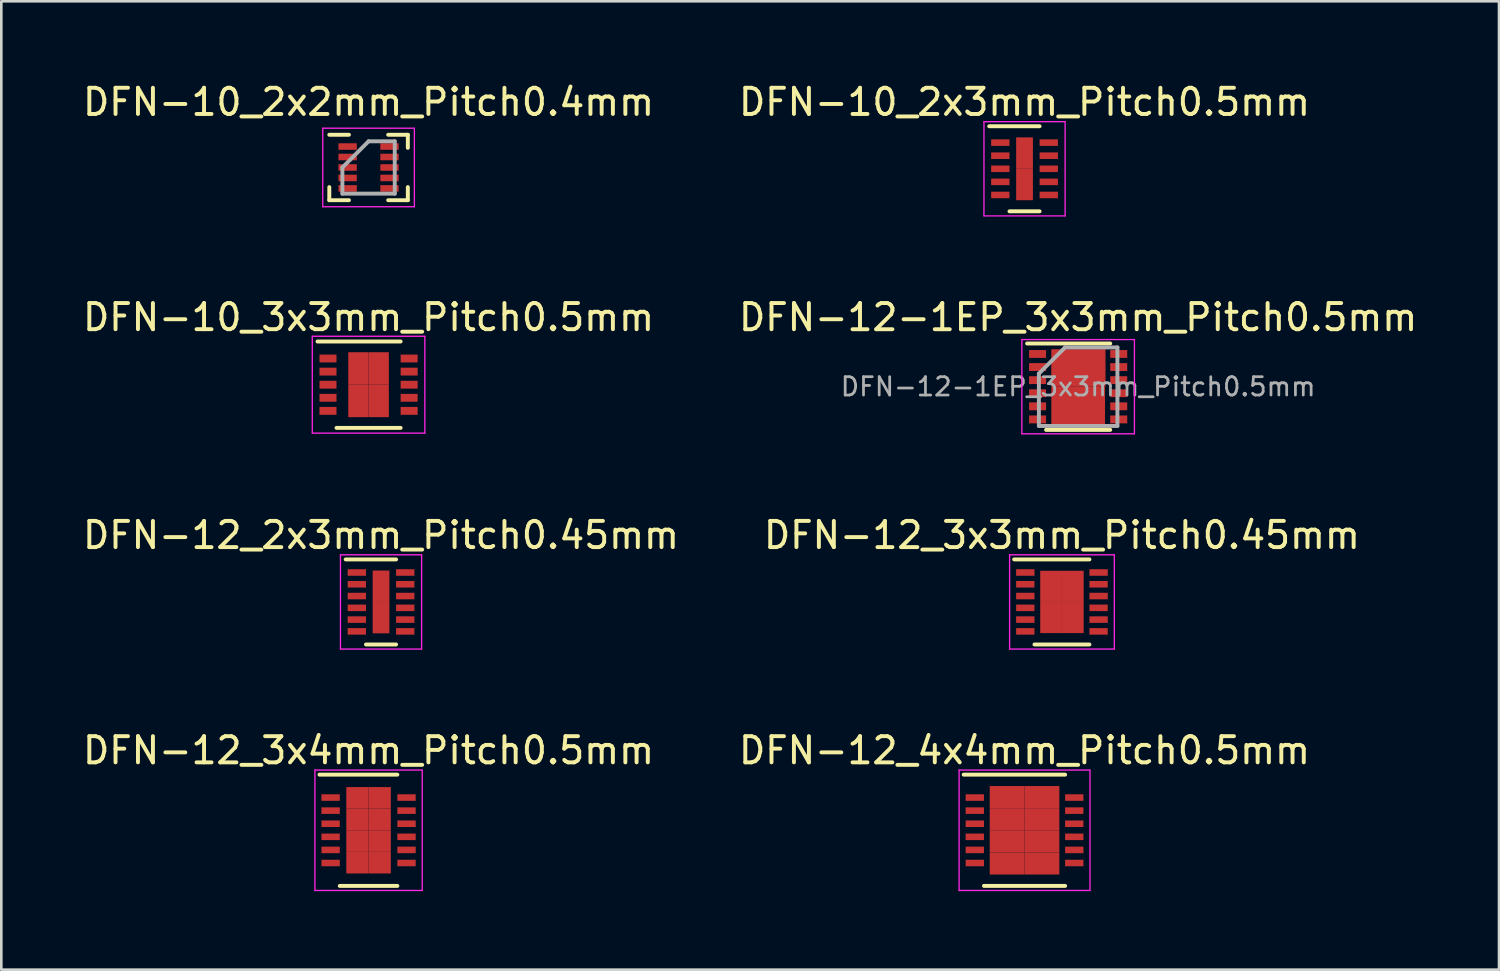
<source format=kicad_pcb>
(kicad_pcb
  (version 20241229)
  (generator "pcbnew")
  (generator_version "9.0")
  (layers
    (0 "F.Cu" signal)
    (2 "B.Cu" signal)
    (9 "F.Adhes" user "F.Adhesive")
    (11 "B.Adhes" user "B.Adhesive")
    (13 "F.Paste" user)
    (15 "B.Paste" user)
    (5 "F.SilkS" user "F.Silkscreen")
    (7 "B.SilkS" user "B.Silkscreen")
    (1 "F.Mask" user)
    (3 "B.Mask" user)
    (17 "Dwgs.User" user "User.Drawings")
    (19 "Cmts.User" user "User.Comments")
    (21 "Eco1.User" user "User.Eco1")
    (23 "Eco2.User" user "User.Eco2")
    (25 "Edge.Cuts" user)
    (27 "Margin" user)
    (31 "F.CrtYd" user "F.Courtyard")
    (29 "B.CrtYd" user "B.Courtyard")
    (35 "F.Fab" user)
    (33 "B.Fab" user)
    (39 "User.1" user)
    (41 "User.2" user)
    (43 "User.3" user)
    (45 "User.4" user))
  (footprint "DFN-10_2x3mm_Pitch0.5mm"
    (layer "F.Cu")
    (at 36.089 3.398)
    (property "Reference" "DFN-10_2x3mm_Pitch0.5mm" (at 0 -2.55 0) (layer "F.SilkS") (effects (font (size 1 1) (thickness 0.15))))
    (attr smd)
    (fp_line (start -1.35 -1.625) (end 0.575 -1.625) (stroke (width 0.15) (type solid)) (layer "F.SilkS"))
    (fp_line (start -0.575 1.625) (end 0.575 1.625) (stroke (width 0.15) (type solid)) (layer "F.SilkS"))
    (fp_line (start -1.55 -1.8) (end -1.55 1.8) (stroke (width 0.05) (type solid)) (layer "F.CrtYd"))
    (fp_line (start -1.55 -1.8) (end 1.55 -1.8) (stroke (width 0.05) (type solid)) (layer "F.CrtYd"))
    (fp_line (start -1.55 1.8) (end 1.55 1.8) (stroke (width 0.05) (type solid)) (layer "F.CrtYd"))
    (fp_line (start 1.55 -1.8) (end 1.55 1.8) (stroke (width 0.05) (type solid)) (layer "F.CrtYd"))
    (pad "1" smd rect (at -0.925 -1) (size 0.7 0.25) (layers "F.Cu" "F.Mask" "F.Paste"))
    (pad "2" smd rect (at -0.925 -0.5) (size 0.7 0.25) (layers "F.Cu" "F.Mask" "F.Paste"))
    (pad "3" smd rect (at -0.925 0) (size 0.7 0.25) (layers "F.Cu" "F.Mask" "F.Paste"))
    (pad "4" smd rect (at -0.925 0.5) (size 0.7 0.25) (layers "F.Cu" "F.Mask" "F.Paste"))
    (pad "5" smd rect (at -0.925 1) (size 0.7 0.25) (layers "F.Cu" "F.Mask" "F.Paste"))
    (pad "6" smd rect (at 0.925 1) (size 0.7 0.25) (layers "F.Cu" "F.Mask" "F.Paste"))
    (pad "7" smd rect (at 0.925 0.5) (size 0.7 0.25) (layers "F.Cu" "F.Mask" "F.Paste"))
    (pad "8" smd rect (at 0.925 0) (size 0.7 0.25) (layers "F.Cu" "F.Mask" "F.Paste"))
    (pad "9" smd rect (at 0.925 -0.5) (size 0.7 0.25) (layers "F.Cu" "F.Mask" "F.Paste"))
    (pad "10" smd rect (at 0.925 -1) (size 0.7 0.25) (layers "F.Cu" "F.Mask" "F.Paste"))
    (pad "11" smd rect (at 0 -0.6) (size 0.64 1.2) (layers "F.Cu" "F.Mask" "F.Paste"))
    (pad "11" smd rect (at 0 0.6) (size 0.64 1.2) (layers "F.Cu" "F.Mask" "F.Paste")))
  (footprint "DFN-12-1EP_3x3mm_Pitch0.5mm"
    (layer "F.Cu")
    (at 38.137 11.722)
    (property "Reference" "DFN-12-1EP_3x3mm_Pitch0.5mm" (at 0 -2.65 0) (layer "F.SilkS") (effects (font (size 1 1) (thickness 0.15))))
    (attr smd)
    (fp_line (start -1.95 -1.65) (end 1.225 -1.65) (stroke (width 0.15) (type solid)) (layer "F.SilkS"))
    (fp_line (start -1.225 1.65) (end 1.225 1.65) (stroke (width 0.15) (type solid)) (layer "F.SilkS"))
    (fp_line (start -2.15 -1.8) (end -2.15 1.8) (stroke (width 0.05) (type solid)) (layer "F.CrtYd"))
    (fp_line (start -2.15 -1.8) (end 2.15 -1.8) (stroke (width 0.05) (type solid)) (layer "F.CrtYd"))
    (fp_line (start -2.15 1.8) (end 2.15 1.8) (stroke (width 0.05) (type solid)) (layer "F.CrtYd"))
    (fp_line (start 2.15 -1.8) (end 2.15 1.8) (stroke (width 0.05) (type solid)) (layer "F.CrtYd"))
    (fp_line (start -1.5 -0.5) (end -0.5 -1.5) (stroke (width 0.15) (type solid)) (layer "F.Fab"))
    (fp_line (start -1.5 1.5) (end -1.5 -0.5) (stroke (width 0.15) (type solid)) (layer "F.Fab"))
    (fp_line (start -0.5 -1.5) (end 1.5 -1.5) (stroke (width 0.15) (type solid)) (layer "F.Fab"))
    (fp_line (start 1.5 -1.5) (end 1.5 1.5) (stroke (width 0.15) (type solid)) (layer "F.Fab"))
    (fp_line (start 1.5 1.5) (end -1.5 1.5) (stroke (width 0.15) (type solid)) (layer "F.Fab"))
    (fp_text user "${REFERENCE}" (at 0 0 0) (layer "F.Fab") (effects (font (size 0.7 0.7) (thickness 0.105))))
    (pad "1" smd rect (at -1.55 -1.25) (size 0.65 0.3) (layers "F.Cu" "F.Mask" "F.Paste"))
    (pad "2" smd rect (at -1.55 -0.75) (size 0.65 0.3) (layers "F.Cu" "F.Mask" "F.Paste"))
    (pad "3" smd rect (at -1.55 -0.25) (size 0.65 0.3) (layers "F.Cu" "F.Mask" "F.Paste"))
    (pad "4" smd rect (at -1.55 0.25) (size 0.65 0.3) (layers "F.Cu" "F.Mask" "F.Paste"))
    (pad "5" smd rect (at -1.55 0.75) (size 0.65 0.3) (layers "F.Cu" "F.Mask" "F.Paste"))
    (pad "6" smd rect (at -1.55 1.25) (size 0.65 0.3) (layers "F.Cu" "F.Mask" "F.Paste"))
    (pad "7" smd rect (at 1.55 1.25) (size 0.65 0.3) (layers "F.Cu" "F.Mask" "F.Paste"))
    (pad "8" smd rect (at 1.55 0.75) (size 0.65 0.3) (layers "F.Cu" "F.Mask" "F.Paste"))
    (pad "9" smd rect (at 1.55 0.25) (size 0.65 0.3) (layers "F.Cu" "F.Mask" "F.Paste"))
    (pad "10" smd rect (at 1.55 -0.25) (size 0.65 0.3) (layers "F.Cu" "F.Mask" "F.Paste"))
    (pad "11" smd rect (at 1.55 -0.75) (size 0.65 0.3) (layers "F.Cu" "F.Mask" "F.Paste"))
    (pad "12" smd rect (at 1.55 -1.25) (size 0.65 0.3) (layers "F.Cu" "F.Mask" "F.Paste"))
    (pad "13" smd rect (at -0.502 -0.715) (size 1.05 1.43) (layers "F.Cu" "F.Mask" "F.Paste"))
    (pad "13" smd rect (at -0.5 0.715) (size 1.05 1.43) (layers "F.Cu" "F.Mask" "F.Paste"))
    (pad "13" smd rect (at 0.502 0.715) (size 1.05 1.43) (layers "F.Cu" "F.Mask" "F.Paste"))
    (pad "13" smd rect (at 0.52 -0.715) (size 1.05 1.43) (layers "F.Cu" "F.Mask" "F.Paste")))
  (footprint "DFN-10_3x3mm_Pitch0.5mm"
    (layer "F.Cu")
    (at 11.03 11.646)
    (property "Reference" "DFN-10_3x3mm_Pitch0.5mm" (at 0 -2.575 0) (layer "F.SilkS") (effects (font (size 1 1) (thickness 0.15))))
    (attr smd)
    (fp_line (start -1.95 -1.65) (end 1.225 -1.65) (stroke (width 0.15) (type solid)) (layer "F.SilkS"))
    (fp_line (start -1.225 1.65) (end 1.225 1.65) (stroke (width 0.15) (type solid)) (layer "F.SilkS"))
    (fp_line (start -2.15 -1.85) (end -2.15 1.85) (stroke (width 0.05) (type solid)) (layer "F.CrtYd"))
    (fp_line (start -2.15 -1.85) (end 2.15 -1.85) (stroke (width 0.05) (type solid)) (layer "F.CrtYd"))
    (fp_line (start -2.15 1.85) (end 2.15 1.85) (stroke (width 0.05) (type solid)) (layer "F.CrtYd"))
    (fp_line (start 2.15 -1.85) (end 2.15 1.85) (stroke (width 0.05) (type solid)) (layer "F.CrtYd"))
    (pad "1" smd rect (at -1.55 -1) (size 0.65 0.3) (layers "F.Cu" "F.Mask" "F.Paste"))
    (pad "2" smd rect (at -1.55 -0.5) (size 0.65 0.3) (layers "F.Cu" "F.Mask" "F.Paste"))
    (pad "3" smd rect (at -1.55 0) (size 0.65 0.3) (layers "F.Cu" "F.Mask" "F.Paste"))
    (pad "4" smd rect (at -1.55 0.5) (size 0.65 0.3) (layers "F.Cu" "F.Mask" "F.Paste"))
    (pad "5" smd rect (at -1.55 1) (size 0.65 0.3) (layers "F.Cu" "F.Mask" "F.Paste"))
    (pad "6" smd rect (at 1.55 1) (size 0.65 0.3) (layers "F.Cu" "F.Mask" "F.Paste"))
    (pad "7" smd rect (at 1.55 0.5) (size 0.65 0.3) (layers "F.Cu" "F.Mask" "F.Paste"))
    (pad "8" smd rect (at 1.55 0) (size 0.65 0.3) (layers "F.Cu" "F.Mask" "F.Paste"))
    (pad "9" smd rect (at 1.55 -0.5) (size 0.65 0.3) (layers "F.Cu" "F.Mask" "F.Paste"))
    (pad "10" smd rect (at 1.55 -1) (size 0.65 0.3) (layers "F.Cu" "F.Mask" "F.Paste"))
    (pad "11" smd rect (at -0.388 -0.62) (size 0.775 1.24) (layers "F.Cu" "F.Mask" "F.Paste"))
    (pad "11" smd rect (at -0.388 0.62) (size 0.775 1.24) (layers "F.Cu" "F.Mask" "F.Paste"))
    (pad "11" smd rect (at 0.388 -0.62) (size 0.775 1.24) (layers "F.Cu" "F.Mask" "F.Paste"))
    (pad "11" smd rect (at 0.388 0.62) (size 0.775 1.24) (layers "F.Cu" "F.Mask" "F.Paste")))
  (footprint "DFN-12_3x4mm_Pitch0.5mm"
    (layer "F.Cu")
    (at 11.03 28.668)
    (property "Reference" "DFN-12_3x4mm_Pitch0.5mm" (at 0 -3.05 0) (layer "F.SilkS") (effects (font (size 1 1) (thickness 0.15))))
    (attr smd)
    (fp_line (start -1.875 -2.125) (end 1.1 -2.125) (stroke (width 0.15) (type solid)) (layer "F.SilkS"))
    (fp_line (start -1.1 2.125) (end 1.1 2.125) (stroke (width 0.15) (type solid)) (layer "F.SilkS"))
    (fp_line (start -2.05 -2.3) (end -2.05 2.3) (stroke (width 0.05) (type solid)) (layer "F.CrtYd"))
    (fp_line (start -2.05 -2.3) (end 2.05 -2.3) (stroke (width 0.05) (type solid)) (layer "F.CrtYd"))
    (fp_line (start -2.05 2.3) (end 2.05 2.3) (stroke (width 0.05) (type solid)) (layer "F.CrtYd"))
    (fp_line (start 2.05 -2.3) (end 2.05 2.3) (stroke (width 0.05) (type solid)) (layer "F.CrtYd"))
    (pad "1" smd rect (at -1.45 -1.25) (size 0.7 0.25) (layers "F.Cu" "F.Mask" "F.Paste"))
    (pad "2" smd rect (at -1.45 -0.75) (size 0.7 0.25) (layers "F.Cu" "F.Mask" "F.Paste"))
    (pad "3" smd rect (at -1.45 -0.25) (size 0.7 0.25) (layers "F.Cu" "F.Mask" "F.Paste"))
    (pad "4" smd rect (at -1.45 0.25) (size 0.7 0.25) (layers "F.Cu" "F.Mask" "F.Paste"))
    (pad "5" smd rect (at -1.45 0.75) (size 0.7 0.25) (layers "F.Cu" "F.Mask" "F.Paste"))
    (pad "6" smd rect (at -1.45 1.25) (size 0.7 0.25) (layers "F.Cu" "F.Mask" "F.Paste"))
    (pad "7" smd rect (at 1.45 1.25) (size 0.7 0.25) (layers "F.Cu" "F.Mask" "F.Paste"))
    (pad "8" smd rect (at 1.45 0.75) (size 0.7 0.25) (layers "F.Cu" "F.Mask" "F.Paste"))
    (pad "9" smd rect (at 1.45 0.25) (size 0.7 0.25) (layers "F.Cu" "F.Mask" "F.Paste"))
    (pad "10" smd rect (at 1.45 -0.25) (size 0.7 0.25) (layers "F.Cu" "F.Mask" "F.Paste"))
    (pad "11" smd rect (at 1.45 -0.75) (size 0.7 0.25) (layers "F.Cu" "F.Mask" "F.Paste"))
    (pad "12" smd rect (at 1.45 -1.25) (size 0.7 0.25) (layers "F.Cu" "F.Mask" "F.Paste"))
    (pad "13" smd rect (at -0.425 -1.238) (size 0.85 0.825) (layers "F.Cu" "F.Mask" "F.Paste"))
    (pad "13" smd rect (at -0.425 -0.412) (size 0.85 0.825) (layers "F.Cu" "F.Mask" "F.Paste"))
    (pad "13" smd rect (at -0.425 0.412) (size 0.85 0.825) (layers "F.Cu" "F.Mask" "F.Paste"))
    (pad "13" smd rect (at -0.425 1.238) (size 0.85 0.825) (layers "F.Cu" "F.Mask" "F.Paste"))
    (pad "13" smd rect (at 0.425 -1.238) (size 0.85 0.825) (layers "F.Cu" "F.Mask" "F.Paste"))
    (pad "13" smd rect (at 0.425 -0.412) (size 0.85 0.825) (layers "F.Cu" "F.Mask" "F.Paste"))
    (pad "13" smd rect (at 0.425 0.412) (size 0.85 0.825) (layers "F.Cu" "F.Mask" "F.Paste"))
    (pad "13" smd rect (at 0.425 1.238) (size 0.85 0.825) (layers "F.Cu" "F.Mask" "F.Paste")))
  (footprint "DFN-10_2x2mm_Pitch0.4mm"
    (layer "F.Cu")
    (at 11.03 3.348)
    (property "Reference" "DFN-10_2x2mm_Pitch0.4mm" (at 0 -2.5 0) (layer "F.SilkS") (effects (font (size 1 1) (thickness 0.15))))
    (attr smd)
    (fp_line (start -1.5 1.25) (end -1.5 0.75) (stroke (width 0.15) (type solid)) (layer "F.SilkS"))
    (fp_line (start -0.75 -1.25) (end -1.5 -1.25) (stroke (width 0.15) (type solid)) (layer "F.SilkS"))
    (fp_line (start -0.75 1.25) (end -1.5 1.25) (stroke (width 0.15) (type solid)) (layer "F.SilkS"))
    (fp_line (start 1.5 -1.25) (end 0.75 -1.25) (stroke (width 0.15) (type solid)) (layer "F.SilkS"))
    (fp_line (start 1.5 -0.75) (end 1.5 -1.25) (stroke (width 0.15) (type solid)) (layer "F.SilkS"))
    (fp_line (start 1.5 1.25) (end 0.75 1.25) (stroke (width 0.15) (type solid)) (layer "F.SilkS"))
    (fp_line (start 1.5 1.25) (end 1.5 0.75) (stroke (width 0.15) (type solid)) (layer "F.SilkS"))
    (fp_line (start -1.75 1.5) (end -1.75 -1.5) (stroke (width 0.05) (type solid)) (layer "F.CrtYd"))
    (fp_line (start -1.75 1.5) (end 1.75 1.5) (stroke (width 0.05) (type solid)) (layer "F.CrtYd"))
    (fp_line (start 1.75 -1.5) (end -1.75 -1.5) (stroke (width 0.05) (type solid)) (layer "F.CrtYd"))
    (fp_line (start 1.75 -1.5) (end 1.75 1.5) (stroke (width 0.05) (type solid)) (layer "F.CrtYd"))
    (fp_line (start -1 0) (end -1 1) (stroke (width 0.15) (type solid)) (layer "F.Fab"))
    (fp_line (start 0 -1) (end -1 0) (stroke (width 0.15) (type solid)) (layer "F.Fab"))
    (fp_line (start 1 -1) (end 0 -1) (stroke (width 0.15) (type solid)) (layer "F.Fab"))
    (fp_line (start 1 1) (end -1 1) (stroke (width 0.15) (type solid)) (layer "F.Fab"))
    (fp_line (start 1 1) (end 1 -1) (stroke (width 0.15) (type solid)) (layer "F.Fab"))
    (pad "1" smd rect (at -0.8 -0.8) (size 0.7 0.25) (layers "F.Cu" "F.Mask" "F.Paste"))
    (pad "2" smd rect (at -0.8 -0.4) (size 0.7 0.25) (layers "F.Cu" "F.Mask" "F.Paste"))
    (pad "3" smd rect (at -0.8 0) (size 0.7 0.25) (layers "F.Cu" "F.Mask" "F.Paste"))
    (pad "4" smd rect (at -0.8 0.4) (size 0.7 0.25) (layers "F.Cu" "F.Mask" "F.Paste"))
    (pad "5" smd rect (at -0.8 0.8) (size 0.7 0.25) (layers "F.Cu" "F.Mask" "F.Paste"))
    (pad "6" smd rect (at 0.8 0.8) (size 0.7 0.25) (layers "F.Cu" "F.Mask" "F.Paste"))
    (pad "7" smd rect (at 0.8 0.4) (size 0.7 0.25) (layers "F.Cu" "F.Mask" "F.Paste"))
    (pad "8" smd rect (at 0.8 0) (size 0.7 0.25) (layers "F.Cu" "F.Mask" "F.Paste"))
    (pad "9" smd rect (at 0.8 -0.4) (size 0.7 0.25) (layers "F.Cu" "F.Mask" "F.Paste"))
    (pad "10" smd rect (at 0.8 -0.8) (size 0.7 0.25) (layers "F.Cu" "F.Mask" "F.Paste")))
  (footprint "DFN-12_3x3mm_Pitch0.45mm"
    (layer "F.Cu")
    (at 37.518 19.945)
    (property "Reference" "DFN-12_3x3mm_Pitch0.45mm" (at 0 -2.55 0) (layer "F.SilkS") (effects (font (size 1 1) (thickness 0.15))))
    (attr smd)
    (fp_line (start -1.825 -1.625) (end 1.05 -1.625) (stroke (width 0.15) (type solid)) (layer "F.SilkS"))
    (fp_line (start -1.05 1.625) (end 1.05 1.625) (stroke (width 0.15) (type solid)) (layer "F.SilkS"))
    (fp_line (start -2 -1.8) (end -2 1.8) (stroke (width 0.05) (type solid)) (layer "F.CrtYd"))
    (fp_line (start -2 -1.8) (end 2 -1.8) (stroke (width 0.05) (type solid)) (layer "F.CrtYd"))
    (fp_line (start -2 1.8) (end 2 1.8) (stroke (width 0.05) (type solid)) (layer "F.CrtYd"))
    (fp_line (start 2 -1.8) (end 2 1.8) (stroke (width 0.05) (type solid)) (layer "F.CrtYd"))
    (pad "1" smd rect (at -1.4 -1.125) (size 0.7 0.25) (layers "F.Cu" "F.Mask" "F.Paste"))
    (pad "2" smd rect (at -1.4 -0.675) (size 0.7 0.25) (layers "F.Cu" "F.Mask" "F.Paste"))
    (pad "3" smd rect (at -1.4 -0.225) (size 0.7 0.25) (layers "F.Cu" "F.Mask" "F.Paste"))
    (pad "4" smd rect (at -1.4 0.225) (size 0.7 0.25) (layers "F.Cu" "F.Mask" "F.Paste"))
    (pad "5" smd rect (at -1.4 0.675) (size 0.7 0.25) (layers "F.Cu" "F.Mask" "F.Paste"))
    (pad "6" smd rect (at -1.4 1.125) (size 0.7 0.25) (layers "F.Cu" "F.Mask" "F.Paste"))
    (pad "7" smd rect (at 1.4 1.125) (size 0.7 0.25) (layers "F.Cu" "F.Mask" "F.Paste"))
    (pad "8" smd rect (at 1.4 0.675) (size 0.7 0.25) (layers "F.Cu" "F.Mask" "F.Paste"))
    (pad "9" smd rect (at 1.4 0.225) (size 0.7 0.25) (layers "F.Cu" "F.Mask" "F.Paste"))
    (pad "10" smd rect (at 1.4 -0.225) (size 0.7 0.25) (layers "F.Cu" "F.Mask" "F.Paste"))
    (pad "11" smd rect (at 1.4 -0.675) (size 0.7 0.25) (layers "F.Cu" "F.Mask" "F.Paste"))
    (pad "12" smd rect (at 1.4 -1.125) (size 0.7 0.25) (layers "F.Cu" "F.Mask" "F.Paste"))
    (pad "13" smd rect (at -0.415 -0.595) (size 0.83 1.19) (layers "F.Cu" "F.Mask" "F.Paste"))
    (pad "13" smd rect (at -0.415 0.595) (size 0.83 1.19) (layers "F.Cu" "F.Mask" "F.Paste"))
    (pad "13" smd rect (at 0.415 -0.595) (size 0.83 1.19) (layers "F.Cu" "F.Mask" "F.Paste"))
    (pad "13" smd rect (at 0.415 0.595) (size 0.83 1.19) (layers "F.Cu" "F.Mask" "F.Paste")))
  (footprint "DFN-12_2x3mm_Pitch0.45mm"
    (layer "F.Cu")
    (at 11.506 19.945)
    (property "Reference" "DFN-12_2x3mm_Pitch0.45mm" (at 0 -2.55 0) (layer "F.SilkS") (effects (font (size 1 1) (thickness 0.15))))
    (attr smd)
    (fp_line (start -1.35 -1.625) (end 0.575 -1.625) (stroke (width 0.15) (type solid)) (layer "F.SilkS"))
    (fp_line (start -0.575 1.625) (end 0.575 1.625) (stroke (width 0.15) (type solid)) (layer "F.SilkS"))
    (fp_line (start -1.55 -1.8) (end -1.55 1.8) (stroke (width 0.05) (type solid)) (layer "F.CrtYd"))
    (fp_line (start -1.55 -1.8) (end 1.55 -1.8) (stroke (width 0.05) (type solid)) (layer "F.CrtYd"))
    (fp_line (start -1.55 1.8) (end 1.55 1.8) (stroke (width 0.05) (type solid)) (layer "F.CrtYd"))
    (fp_line (start 1.55 -1.8) (end 1.55 1.8) (stroke (width 0.05) (type solid)) (layer "F.CrtYd"))
    (pad "1" smd rect (at -0.925 -1.125) (size 0.7 0.25) (layers "F.Cu" "F.Mask" "F.Paste"))
    (pad "2" smd rect (at -0.925 -0.675) (size 0.7 0.25) (layers "F.Cu" "F.Mask" "F.Paste"))
    (pad "3" smd rect (at -0.925 -0.225) (size 0.7 0.25) (layers "F.Cu" "F.Mask" "F.Paste"))
    (pad "4" smd rect (at -0.925 0.225) (size 0.7 0.25) (layers "F.Cu" "F.Mask" "F.Paste"))
    (pad "5" smd rect (at -0.925 0.675) (size 0.7 0.25) (layers "F.Cu" "F.Mask" "F.Paste"))
    (pad "6" smd rect (at -0.925 1.125) (size 0.7 0.25) (layers "F.Cu" "F.Mask" "F.Paste"))
    (pad "7" smd rect (at 0.925 1.125) (size 0.7 0.25) (layers "F.Cu" "F.Mask" "F.Paste"))
    (pad "8" smd rect (at 0.925 0.675) (size 0.7 0.25) (layers "F.Cu" "F.Mask" "F.Paste"))
    (pad "9" smd rect (at 0.925 0.225) (size 0.7 0.25) (layers "F.Cu" "F.Mask" "F.Paste"))
    (pad "10" smd rect (at 0.925 -0.225) (size 0.7 0.25) (layers "F.Cu" "F.Mask" "F.Paste"))
    (pad "11" smd rect (at 0.925 -0.675) (size 0.7 0.25) (layers "F.Cu" "F.Mask" "F.Paste"))
    (pad "12" smd rect (at 0.925 -1.125) (size 0.7 0.25) (layers "F.Cu" "F.Mask" "F.Paste"))
    (pad "13" smd rect (at 0 -0.6) (size 0.64 1.2) (layers "F.Cu" "F.Mask" "F.Paste"))
    (pad "13" smd rect (at 0 0.6) (size 0.64 1.2) (layers "F.Cu" "F.Mask" "F.Paste")))
  (footprint "DFN-12_4x4mm_Pitch0.5mm"
    (layer "F.Cu")
    (at 36.089 28.668)
    (property "Reference" "DFN-12_4x4mm_Pitch0.5mm" (at 0 -3.05 0) (layer "F.SilkS") (effects (font (size 1 1) (thickness 0.15))))
    (attr smd)
    (fp_line (start -2.325 -2.125) (end 1.55 -2.125) (stroke (width 0.15) (type solid)) (layer "F.SilkS"))
    (fp_line (start -1.55 2.125) (end 1.55 2.125) (stroke (width 0.15) (type solid)) (layer "F.SilkS"))
    (fp_line (start -2.5 -2.3) (end -2.5 2.3) (stroke (width 0.05) (type solid)) (layer "F.CrtYd"))
    (fp_line (start -2.5 -2.3) (end 2.5 -2.3) (stroke (width 0.05) (type solid)) (layer "F.CrtYd"))
    (fp_line (start -2.5 2.3) (end 2.5 2.3) (stroke (width 0.05) (type solid)) (layer "F.CrtYd"))
    (fp_line (start 2.5 -2.3) (end 2.5 2.3) (stroke (width 0.05) (type solid)) (layer "F.CrtYd"))
    (pad "1" smd rect (at -1.9 -1.25) (size 0.7 0.25) (layers "F.Cu" "F.Mask" "F.Paste"))
    (pad "2" smd rect (at -1.9 -0.75) (size 0.7 0.25) (layers "F.Cu" "F.Mask" "F.Paste"))
    (pad "3" smd rect (at -1.9 -0.25) (size 0.7 0.25) (layers "F.Cu" "F.Mask" "F.Paste"))
    (pad "4" smd rect (at -1.9 0.25) (size 0.7 0.25) (layers "F.Cu" "F.Mask" "F.Paste"))
    (pad "5" smd rect (at -1.9 0.75) (size 0.7 0.25) (layers "F.Cu" "F.Mask" "F.Paste"))
    (pad "6" smd rect (at -1.9 1.25) (size 0.7 0.25) (layers "F.Cu" "F.Mask" "F.Paste"))
    (pad "7" smd rect (at 1.9 1.25) (size 0.7 0.25) (layers "F.Cu" "F.Mask" "F.Paste"))
    (pad "8" smd rect (at 1.9 0.75) (size 0.7 0.25) (layers "F.Cu" "F.Mask" "F.Paste"))
    (pad "9" smd rect (at 1.9 0.25) (size 0.7 0.25) (layers "F.Cu" "F.Mask" "F.Paste"))
    (pad "10" smd rect (at 1.9 -0.25) (size 0.7 0.25) (layers "F.Cu" "F.Mask" "F.Paste"))
    (pad "11" smd rect (at 1.9 -0.75) (size 0.7 0.25) (layers "F.Cu" "F.Mask" "F.Paste"))
    (pad "12" smd rect (at 1.9 -1.25) (size 0.7 0.25) (layers "F.Cu" "F.Mask" "F.Paste"))
    (pad "13" smd rect (at -0.665 -1.268) (size 1.33 0.845) (layers "F.Cu" "F.Mask" "F.Paste"))
    (pad "13" smd rect (at -0.665 -0.422) (size 1.33 0.845) (layers "F.Cu" "F.Mask" "F.Paste"))
    (pad "13" smd rect (at -0.665 0.422) (size 1.33 0.845) (layers "F.Cu" "F.Mask" "F.Paste"))
    (pad "13" smd rect (at -0.665 1.268) (size 1.33 0.845) (layers "F.Cu" "F.Mask" "F.Paste"))
    (pad "13" smd rect (at 0.665 -1.268) (size 1.33 0.845) (layers "F.Cu" "F.Mask" "F.Paste"))
    (pad "13" smd rect (at 0.665 -0.422) (size 1.33 0.845) (layers "F.Cu" "F.Mask" "F.Paste"))
    (pad "13" smd rect (at 0.665 0.422) (size 1.33 0.845) (layers "F.Cu" "F.Mask" "F.Paste"))
    (pad "13" smd rect (at 0.665 1.268) (size 1.33 0.845) (layers "F.Cu" "F.Mask" "F.Paste")))
  (gr_rect
    (start -3 -3)
    (end 54.214 33.993)
    (stroke (width 0.1) (type default))
    (fill no)
    (layer "Edge.Cuts")))
</source>
